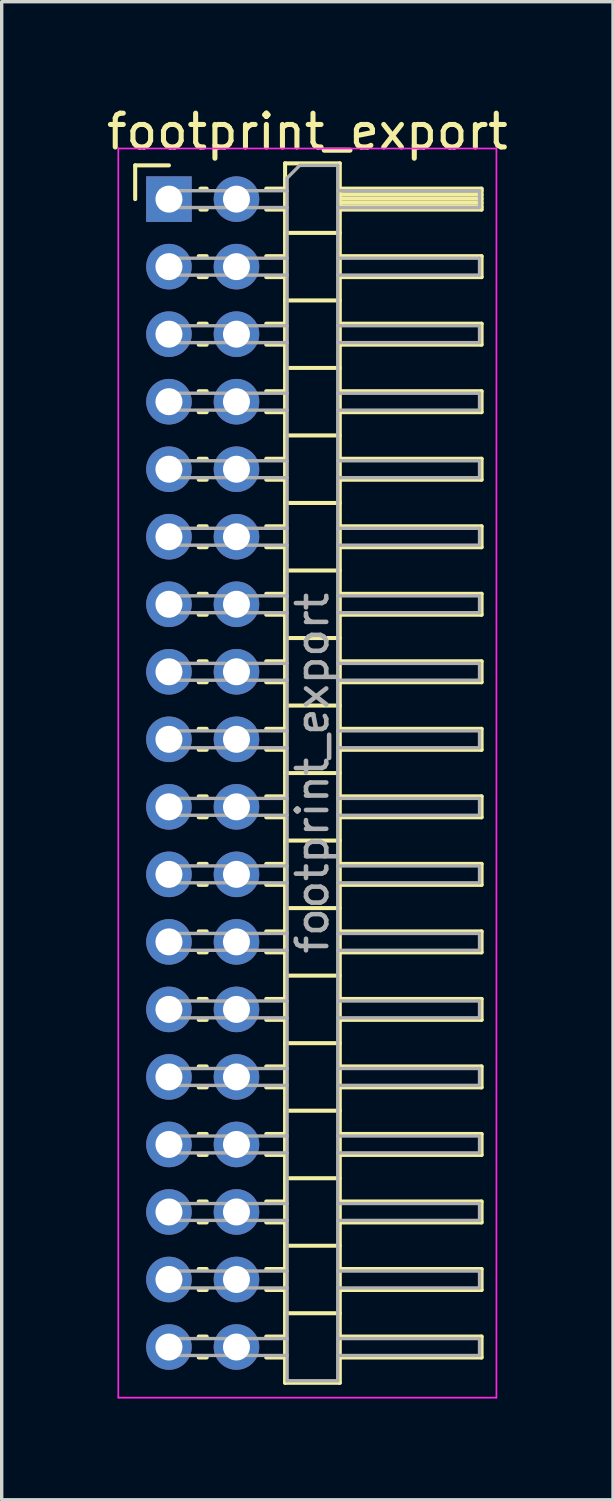
<source format=kicad_pcb>
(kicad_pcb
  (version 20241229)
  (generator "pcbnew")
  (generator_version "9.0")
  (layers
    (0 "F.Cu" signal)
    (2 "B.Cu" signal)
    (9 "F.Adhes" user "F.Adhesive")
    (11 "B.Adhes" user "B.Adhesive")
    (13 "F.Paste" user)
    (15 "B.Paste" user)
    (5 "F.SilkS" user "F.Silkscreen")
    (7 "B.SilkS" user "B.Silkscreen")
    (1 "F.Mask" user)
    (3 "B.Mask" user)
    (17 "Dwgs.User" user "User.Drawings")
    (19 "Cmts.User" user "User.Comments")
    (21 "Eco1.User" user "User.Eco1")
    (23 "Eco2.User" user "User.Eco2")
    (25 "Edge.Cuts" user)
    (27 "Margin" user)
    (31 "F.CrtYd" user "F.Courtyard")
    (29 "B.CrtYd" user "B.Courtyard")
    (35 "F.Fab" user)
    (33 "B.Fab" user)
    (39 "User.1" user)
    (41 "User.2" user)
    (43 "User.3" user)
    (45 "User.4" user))
  (footprint "footprint_export"
    (layer "F.Cu")
    (at 1.954 2.848)
    (property "Reference" "footprint_export" (at 4.1 -2 0) (layer "F.SilkS") (effects (font (size 1 1) (thickness 0.15))))
    (attr through_hole)
    (fp_line (start -1 -1) (end 0 -1) (stroke (width 0.12) (type solid)) (layer "F.SilkS"))
    (fp_line (start -1 0) (end -1 -1) (stroke (width 0.12) (type solid)) (layer "F.SilkS"))
    (fp_line (start 0.882 1.69) (end 1.118 1.69) (stroke (width 0.12) (type solid)) (layer "F.SilkS"))
    (fp_line (start 0.882 2.31) (end 1.118 2.31) (stroke (width 0.12) (type solid)) (layer "F.SilkS"))
    (fp_line (start 0.882 3.69) (end 1.118 3.69) (stroke (width 0.12) (type solid)) (layer "F.SilkS"))
    (fp_line (start 0.882 4.31) (end 1.118 4.31) (stroke (width 0.12) (type solid)) (layer "F.SilkS"))
    (fp_line (start 0.882 5.69) (end 1.118 5.69) (stroke (width 0.12) (type solid)) (layer "F.SilkS"))
    (fp_line (start 0.882 6.31) (end 1.118 6.31) (stroke (width 0.12) (type solid)) (layer "F.SilkS"))
    (fp_line (start 0.882 7.69) (end 1.118 7.69) (stroke (width 0.12) (type solid)) (layer "F.SilkS"))
    (fp_line (start 0.882 8.31) (end 1.118 8.31) (stroke (width 0.12) (type solid)) (layer "F.SilkS"))
    (fp_line (start 0.882 9.69) (end 1.118 9.69) (stroke (width 0.12) (type solid)) (layer "F.SilkS"))
    (fp_line (start 0.882 10.31) (end 1.118 10.31) (stroke (width 0.12) (type solid)) (layer "F.SilkS"))
    (fp_line (start 0.882 11.69) (end 1.118 11.69) (stroke (width 0.12) (type solid)) (layer "F.SilkS"))
    (fp_line (start 0.882 12.31) (end 1.118 12.31) (stroke (width 0.12) (type solid)) (layer "F.SilkS"))
    (fp_line (start 0.882 13.69) (end 1.118 13.69) (stroke (width 0.12) (type solid)) (layer "F.SilkS"))
    (fp_line (start 0.882 14.31) (end 1.118 14.31) (stroke (width 0.12) (type solid)) (layer "F.SilkS"))
    (fp_line (start 0.882 15.69) (end 1.118 15.69) (stroke (width 0.12) (type solid)) (layer "F.SilkS"))
    (fp_line (start 0.882 16.31) (end 1.118 16.31) (stroke (width 0.12) (type solid)) (layer "F.SilkS"))
    (fp_line (start 0.882 17.69) (end 1.118 17.69) (stroke (width 0.12) (type solid)) (layer "F.SilkS"))
    (fp_line (start 0.882 18.31) (end 1.118 18.31) (stroke (width 0.12) (type solid)) (layer "F.SilkS"))
    (fp_line (start 0.882 19.69) (end 1.118 19.69) (stroke (width 0.12) (type solid)) (layer "F.SilkS"))
    (fp_line (start 0.882 20.31) (end 1.118 20.31) (stroke (width 0.12) (type solid)) (layer "F.SilkS"))
    (fp_line (start 0.882 21.69) (end 1.118 21.69) (stroke (width 0.12) (type solid)) (layer "F.SilkS"))
    (fp_line (start 0.882 22.31) (end 1.118 22.31) (stroke (width 0.12) (type solid)) (layer "F.SilkS"))
    (fp_line (start 0.882 23.69) (end 1.118 23.69) (stroke (width 0.12) (type solid)) (layer "F.SilkS"))
    (fp_line (start 0.882 24.31) (end 1.118 24.31) (stroke (width 0.12) (type solid)) (layer "F.SilkS"))
    (fp_line (start 0.882 25.69) (end 1.118 25.69) (stroke (width 0.12) (type solid)) (layer "F.SilkS"))
    (fp_line (start 0.882 26.31) (end 1.118 26.31) (stroke (width 0.12) (type solid)) (layer "F.SilkS"))
    (fp_line (start 0.882 27.69) (end 1.118 27.69) (stroke (width 0.12) (type solid)) (layer "F.SilkS"))
    (fp_line (start 0.882 28.31) (end 1.118 28.31) (stroke (width 0.12) (type solid)) (layer "F.SilkS"))
    (fp_line (start 0.882 29.69) (end 1.118 29.69) (stroke (width 0.12) (type solid)) (layer "F.SilkS"))
    (fp_line (start 0.882 30.31) (end 1.118 30.31) (stroke (width 0.12) (type solid)) (layer "F.SilkS"))
    (fp_line (start 0.882 31.69) (end 1.118 31.69) (stroke (width 0.12) (type solid)) (layer "F.SilkS"))
    (fp_line (start 0.882 32.31) (end 1.118 32.31) (stroke (width 0.12) (type solid)) (layer "F.SilkS"))
    (fp_line (start 0.882 33.69) (end 1.118 33.69) (stroke (width 0.12) (type solid)) (layer "F.SilkS"))
    (fp_line (start 0.882 34.31) (end 1.118 34.31) (stroke (width 0.12) (type solid)) (layer "F.SilkS"))
    (fp_line (start 0.935 -0.31) (end 1.118 -0.31) (stroke (width 0.12) (type solid)) (layer "F.SilkS"))
    (fp_line (start 0.935 0.31) (end 1.118 0.31) (stroke (width 0.12) (type solid)) (layer "F.SilkS"))
    (fp_line (start 2.882 -0.31) (end 3.44 -0.31) (stroke (width 0.12) (type solid)) (layer "F.SilkS"))
    (fp_line (start 2.882 0.31) (end 3.44 0.31) (stroke (width 0.12) (type solid)) (layer "F.SilkS"))
    (fp_line (start 2.882 1.69) (end 3.44 1.69) (stroke (width 0.12) (type solid)) (layer "F.SilkS"))
    (fp_line (start 2.882 2.31) (end 3.44 2.31) (stroke (width 0.12) (type solid)) (layer "F.SilkS"))
    (fp_line (start 2.882 3.69) (end 3.44 3.69) (stroke (width 0.12) (type solid)) (layer "F.SilkS"))
    (fp_line (start 2.882 4.31) (end 3.44 4.31) (stroke (width 0.12) (type solid)) (layer "F.SilkS"))
    (fp_line (start 2.882 5.69) (end 3.44 5.69) (stroke (width 0.12) (type solid)) (layer "F.SilkS"))
    (fp_line (start 2.882 6.31) (end 3.44 6.31) (stroke (width 0.12) (type solid)) (layer "F.SilkS"))
    (fp_line (start 2.882 7.69) (end 3.44 7.69) (stroke (width 0.12) (type solid)) (layer "F.SilkS"))
    (fp_line (start 2.882 8.31) (end 3.44 8.31) (stroke (width 0.12) (type solid)) (layer "F.SilkS"))
    (fp_line (start 2.882 9.69) (end 3.44 9.69) (stroke (width 0.12) (type solid)) (layer "F.SilkS"))
    (fp_line (start 2.882 10.31) (end 3.44 10.31) (stroke (width 0.12) (type solid)) (layer "F.SilkS"))
    (fp_line (start 2.882 11.69) (end 3.44 11.69) (stroke (width 0.12) (type solid)) (layer "F.SilkS"))
    (fp_line (start 2.882 12.31) (end 3.44 12.31) (stroke (width 0.12) (type solid)) (layer "F.SilkS"))
    (fp_line (start 2.882 13.69) (end 3.44 13.69) (stroke (width 0.12) (type solid)) (layer "F.SilkS"))
    (fp_line (start 2.882 14.31) (end 3.44 14.31) (stroke (width 0.12) (type solid)) (layer "F.SilkS"))
    (fp_line (start 2.882 15.69) (end 3.44 15.69) (stroke (width 0.12) (type solid)) (layer "F.SilkS"))
    (fp_line (start 2.882 16.31) (end 3.44 16.31) (stroke (width 0.12) (type solid)) (layer "F.SilkS"))
    (fp_line (start 2.882 17.69) (end 3.44 17.69) (stroke (width 0.12) (type solid)) (layer "F.SilkS"))
    (fp_line (start 2.882 18.31) (end 3.44 18.31) (stroke (width 0.12) (type solid)) (layer "F.SilkS"))
    (fp_line (start 2.882 19.69) (end 3.44 19.69) (stroke (width 0.12) (type solid)) (layer "F.SilkS"))
    (fp_line (start 2.882 20.31) (end 3.44 20.31) (stroke (width 0.12) (type solid)) (layer "F.SilkS"))
    (fp_line (start 2.882 21.69) (end 3.44 21.69) (stroke (width 0.12) (type solid)) (layer "F.SilkS"))
    (fp_line (start 2.882 22.31) (end 3.44 22.31) (stroke (width 0.12) (type solid)) (layer "F.SilkS"))
    (fp_line (start 2.882 23.69) (end 3.44 23.69) (stroke (width 0.12) (type solid)) (layer "F.SilkS"))
    (fp_line (start 2.882 24.31) (end 3.44 24.31) (stroke (width 0.12) (type solid)) (layer "F.SilkS"))
    (fp_line (start 2.882 25.69) (end 3.44 25.69) (stroke (width 0.12) (type solid)) (layer "F.SilkS"))
    (fp_line (start 2.882 26.31) (end 3.44 26.31) (stroke (width 0.12) (type solid)) (layer "F.SilkS"))
    (fp_line (start 2.882 27.69) (end 3.44 27.69) (stroke (width 0.12) (type solid)) (layer "F.SilkS"))
    (fp_line (start 2.882 28.31) (end 3.44 28.31) (stroke (width 0.12) (type solid)) (layer "F.SilkS"))
    (fp_line (start 2.882 29.69) (end 3.44 29.69) (stroke (width 0.12) (type solid)) (layer "F.SilkS"))
    (fp_line (start 2.882 30.31) (end 3.44 30.31) (stroke (width 0.12) (type solid)) (layer "F.SilkS"))
    (fp_line (start 2.882 31.69) (end 3.44 31.69) (stroke (width 0.12) (type solid)) (layer "F.SilkS"))
    (fp_line (start 2.882 32.31) (end 3.44 32.31) (stroke (width 0.12) (type solid)) (layer "F.SilkS"))
    (fp_line (start 2.882 33.69) (end 3.44 33.69) (stroke (width 0.12) (type solid)) (layer "F.SilkS"))
    (fp_line (start 2.882 34.31) (end 3.44 34.31) (stroke (width 0.12) (type solid)) (layer "F.SilkS"))
    (fp_line (start 3.44 -1.06) (end 3.44 35.06) (stroke (width 0.12) (type solid)) (layer "F.SilkS"))
    (fp_line (start 3.44 1) (end 5.06 1) (stroke (width 0.12) (type solid)) (layer "F.SilkS"))
    (fp_line (start 3.44 3) (end 5.06 3) (stroke (width 0.12) (type solid)) (layer "F.SilkS"))
    (fp_line (start 3.44 5) (end 5.06 5) (stroke (width 0.12) (type solid)) (layer "F.SilkS"))
    (fp_line (start 3.44 7) (end 5.06 7) (stroke (width 0.12) (type solid)) (layer "F.SilkS"))
    (fp_line (start 3.44 9) (end 5.06 9) (stroke (width 0.12) (type solid)) (layer "F.SilkS"))
    (fp_line (start 3.44 11) (end 5.06 11) (stroke (width 0.12) (type solid)) (layer "F.SilkS"))
    (fp_line (start 3.44 13) (end 5.06 13) (stroke (width 0.12) (type solid)) (layer "F.SilkS"))
    (fp_line (start 3.44 15) (end 5.06 15) (stroke (width 0.12) (type solid)) (layer "F.SilkS"))
    (fp_line (start 3.44 17) (end 5.06 17) (stroke (width 0.12) (type solid)) (layer "F.SilkS"))
    (fp_line (start 3.44 19) (end 5.06 19) (stroke (width 0.12) (type solid)) (layer "F.SilkS"))
    (fp_line (start 3.44 21) (end 5.06 21) (stroke (width 0.12) (type solid)) (layer "F.SilkS"))
    (fp_line (start 3.44 23) (end 5.06 23) (stroke (width 0.12) (type solid)) (layer "F.SilkS"))
    (fp_line (start 3.44 25) (end 5.06 25) (stroke (width 0.12) (type solid)) (layer "F.SilkS"))
    (fp_line (start 3.44 27) (end 5.06 27) (stroke (width 0.12) (type solid)) (layer "F.SilkS"))
    (fp_line (start 3.44 29) (end 5.06 29) (stroke (width 0.12) (type solid)) (layer "F.SilkS"))
    (fp_line (start 3.44 31) (end 5.06 31) (stroke (width 0.12) (type solid)) (layer "F.SilkS"))
    (fp_line (start 3.44 33) (end 5.06 33) (stroke (width 0.12) (type solid)) (layer "F.SilkS"))
    (fp_line (start 3.44 35.06) (end 5.06 35.06) (stroke (width 0.12) (type solid)) (layer "F.SilkS"))
    (fp_line (start 5.06 -1.06) (end 3.44 -1.06) (stroke (width 0.12) (type solid)) (layer "F.SilkS"))
    (fp_line (start 5.06 -0.31) (end 9.26 -0.31) (stroke (width 0.12) (type solid)) (layer "F.SilkS"))
    (fp_line (start 5.06 -0.25) (end 9.26 -0.25) (stroke (width 0.12) (type solid)) (layer "F.SilkS"))
    (fp_line (start 5.06 -0.13) (end 9.26 -0.13) (stroke (width 0.12) (type solid)) (layer "F.SilkS"))
    (fp_line (start 5.06 -0.01) (end 9.26 -0.01) (stroke (width 0.12) (type solid)) (layer "F.SilkS"))
    (fp_line (start 5.06 0.11) (end 9.26 0.11) (stroke (width 0.12) (type solid)) (layer "F.SilkS"))
    (fp_line (start 5.06 0.23) (end 9.26 0.23) (stroke (width 0.12) (type solid)) (layer "F.SilkS"))
    (fp_line (start 5.06 1.69) (end 9.26 1.69) (stroke (width 0.12) (type solid)) (layer "F.SilkS"))
    (fp_line (start 5.06 3.69) (end 9.26 3.69) (stroke (width 0.12) (type solid)) (layer "F.SilkS"))
    (fp_line (start 5.06 5.69) (end 9.26 5.69) (stroke (width 0.12) (type solid)) (layer "F.SilkS"))
    (fp_line (start 5.06 7.69) (end 9.26 7.69) (stroke (width 0.12) (type solid)) (layer "F.SilkS"))
    (fp_line (start 5.06 9.69) (end 9.26 9.69) (stroke (width 0.12) (type solid)) (layer "F.SilkS"))
    (fp_line (start 5.06 11.69) (end 9.26 11.69) (stroke (width 0.12) (type solid)) (layer "F.SilkS"))
    (fp_line (start 5.06 13.69) (end 9.26 13.69) (stroke (width 0.12) (type solid)) (layer "F.SilkS"))
    (fp_line (start 5.06 15.69) (end 9.26 15.69) (stroke (width 0.12) (type solid)) (layer "F.SilkS"))
    (fp_line (start 5.06 17.69) (end 9.26 17.69) (stroke (width 0.12) (type solid)) (layer "F.SilkS"))
    (fp_line (start 5.06 19.69) (end 9.26 19.69) (stroke (width 0.12) (type solid)) (layer "F.SilkS"))
    (fp_line (start 5.06 21.69) (end 9.26 21.69) (stroke (width 0.12) (type solid)) (layer "F.SilkS"))
    (fp_line (start 5.06 23.69) (end 9.26 23.69) (stroke (width 0.12) (type solid)) (layer "F.SilkS"))
    (fp_line (start 5.06 25.69) (end 9.26 25.69) (stroke (width 0.12) (type solid)) (layer "F.SilkS"))
    (fp_line (start 5.06 27.69) (end 9.26 27.69) (stroke (width 0.12) (type solid)) (layer "F.SilkS"))
    (fp_line (start 5.06 29.69) (end 9.26 29.69) (stroke (width 0.12) (type solid)) (layer "F.SilkS"))
    (fp_line (start 5.06 31.69) (end 9.26 31.69) (stroke (width 0.12) (type solid)) (layer "F.SilkS"))
    (fp_line (start 5.06 33.69) (end 9.26 33.69) (stroke (width 0.12) (type solid)) (layer "F.SilkS"))
    (fp_line (start 5.06 35.06) (end 5.06 -1.06) (stroke (width 0.12) (type solid)) (layer "F.SilkS"))
    (fp_line (start 9.26 -0.31) (end 9.26 0.31) (stroke (width 0.12) (type solid)) (layer "F.SilkS"))
    (fp_line (start 9.26 0.31) (end 5.06 0.31) (stroke (width 0.12) (type solid)) (layer "F.SilkS"))
    (fp_line (start 9.26 1.69) (end 9.26 2.31) (stroke (width 0.12) (type solid)) (layer "F.SilkS"))
    (fp_line (start 9.26 2.31) (end 5.06 2.31) (stroke (width 0.12) (type solid)) (layer "F.SilkS"))
    (fp_line (start 9.26 3.69) (end 9.26 4.31) (stroke (width 0.12) (type solid)) (layer "F.SilkS"))
    (fp_line (start 9.26 4.31) (end 5.06 4.31) (stroke (width 0.12) (type solid)) (layer "F.SilkS"))
    (fp_line (start 9.26 5.69) (end 9.26 6.31) (stroke (width 0.12) (type solid)) (layer "F.SilkS"))
    (fp_line (start 9.26 6.31) (end 5.06 6.31) (stroke (width 0.12) (type solid)) (layer "F.SilkS"))
    (fp_line (start 9.26 7.69) (end 9.26 8.31) (stroke (width 0.12) (type solid)) (layer "F.SilkS"))
    (fp_line (start 9.26 8.31) (end 5.06 8.31) (stroke (width 0.12) (type solid)) (layer "F.SilkS"))
    (fp_line (start 9.26 9.69) (end 9.26 10.31) (stroke (width 0.12) (type solid)) (layer "F.SilkS"))
    (fp_line (start 9.26 10.31) (end 5.06 10.31) (stroke (width 0.12) (type solid)) (layer "F.SilkS"))
    (fp_line (start 9.26 11.69) (end 9.26 12.31) (stroke (width 0.12) (type solid)) (layer "F.SilkS"))
    (fp_line (start 9.26 12.31) (end 5.06 12.31) (stroke (width 0.12) (type solid)) (layer "F.SilkS"))
    (fp_line (start 9.26 13.69) (end 9.26 14.31) (stroke (width 0.12) (type solid)) (layer "F.SilkS"))
    (fp_line (start 9.26 14.31) (end 5.06 14.31) (stroke (width 0.12) (type solid)) (layer "F.SilkS"))
    (fp_line (start 9.26 15.69) (end 9.26 16.31) (stroke (width 0.12) (type solid)) (layer "F.SilkS"))
    (fp_line (start 9.26 16.31) (end 5.06 16.31) (stroke (width 0.12) (type solid)) (layer "F.SilkS"))
    (fp_line (start 9.26 17.69) (end 9.26 18.31) (stroke (width 0.12) (type solid)) (layer "F.SilkS"))
    (fp_line (start 9.26 18.31) (end 5.06 18.31) (stroke (width 0.12) (type solid)) (layer "F.SilkS"))
    (fp_line (start 9.26 19.69) (end 9.26 20.31) (stroke (width 0.12) (type solid)) (layer "F.SilkS"))
    (fp_line (start 9.26 20.31) (end 5.06 20.31) (stroke (width 0.12) (type solid)) (layer "F.SilkS"))
    (fp_line (start 9.26 21.69) (end 9.26 22.31) (stroke (width 0.12) (type solid)) (layer "F.SilkS"))
    (fp_line (start 9.26 22.31) (end 5.06 22.31) (stroke (width 0.12) (type solid)) (layer "F.SilkS"))
    (fp_line (start 9.26 23.69) (end 9.26 24.31) (stroke (width 0.12) (type solid)) (layer "F.SilkS"))
    (fp_line (start 9.26 24.31) (end 5.06 24.31) (stroke (width 0.12) (type solid)) (layer "F.SilkS"))
    (fp_line (start 9.26 25.69) (end 9.26 26.31) (stroke (width 0.12) (type solid)) (layer "F.SilkS"))
    (fp_line (start 9.26 26.31) (end 5.06 26.31) (stroke (width 0.12) (type solid)) (layer "F.SilkS"))
    (fp_line (start 9.26 27.69) (end 9.26 28.31) (stroke (width 0.12) (type solid)) (layer "F.SilkS"))
    (fp_line (start 9.26 28.31) (end 5.06 28.31) (stroke (width 0.12) (type solid)) (layer "F.SilkS"))
    (fp_line (start 9.26 29.69) (end 9.26 30.31) (stroke (width 0.12) (type solid)) (layer "F.SilkS"))
    (fp_line (start 9.26 30.31) (end 5.06 30.31) (stroke (width 0.12) (type solid)) (layer "F.SilkS"))
    (fp_line (start 9.26 31.69) (end 9.26 32.31) (stroke (width 0.12) (type solid)) (layer "F.SilkS"))
    (fp_line (start 9.26 32.31) (end 5.06 32.31) (stroke (width 0.12) (type solid)) (layer "F.SilkS"))
    (fp_line (start 9.26 33.69) (end 9.26 34.31) (stroke (width 0.12) (type solid)) (layer "F.SilkS"))
    (fp_line (start 9.26 34.31) (end 5.06 34.31) (stroke (width 0.12) (type solid)) (layer "F.SilkS"))
    (fp_line (start -1.5 -1.5) (end -1.5 35.5) (stroke (width 0.05) (type solid)) (layer "F.CrtYd"))
    (fp_line (start -1.5 35.5) (end 9.7 35.5) (stroke (width 0.05) (type solid)) (layer "F.CrtYd"))
    (fp_line (start 9.7 -1.5) (end -1.5 -1.5) (stroke (width 0.05) (type solid)) (layer "F.CrtYd"))
    (fp_line (start 9.7 35.5) (end 9.7 -1.5) (stroke (width 0.05) (type solid)) (layer "F.CrtYd"))
    (fp_line (start -0.25 -0.25) (end -0.25 0.25) (stroke (width 0.1) (type solid)) (layer "F.Fab"))
    (fp_line (start -0.25 -0.25) (end 3.5 -0.25) (stroke (width 0.1) (type solid)) (layer "F.Fab"))
    (fp_line (start -0.25 0.25) (end 3.5 0.25) (stroke (width 0.1) (type solid)) (layer "F.Fab"))
    (fp_line (start -0.25 1.75) (end -0.25 2.25) (stroke (width 0.1) (type solid)) (layer "F.Fab"))
    (fp_line (start -0.25 1.75) (end 3.5 1.75) (stroke (width 0.1) (type solid)) (layer "F.Fab"))
    (fp_line (start -0.25 2.25) (end 3.5 2.25) (stroke (width 0.1) (type solid)) (layer "F.Fab"))
    (fp_line (start -0.25 3.75) (end -0.25 4.25) (stroke (width 0.1) (type solid)) (layer "F.Fab"))
    (fp_line (start -0.25 3.75) (end 3.5 3.75) (stroke (width 0.1) (type solid)) (layer "F.Fab"))
    (fp_line (start -0.25 4.25) (end 3.5 4.25) (stroke (width 0.1) (type solid)) (layer "F.Fab"))
    (fp_line (start -0.25 5.75) (end -0.25 6.25) (stroke (width 0.1) (type solid)) (layer "F.Fab"))
    (fp_line (start -0.25 5.75) (end 3.5 5.75) (stroke (width 0.1) (type solid)) (layer "F.Fab"))
    (fp_line (start -0.25 6.25) (end 3.5 6.25) (stroke (width 0.1) (type solid)) (layer "F.Fab"))
    (fp_line (start -0.25 7.75) (end -0.25 8.25) (stroke (width 0.1) (type solid)) (layer "F.Fab"))
    (fp_line (start -0.25 7.75) (end 3.5 7.75) (stroke (width 0.1) (type solid)) (layer "F.Fab"))
    (fp_line (start -0.25 8.25) (end 3.5 8.25) (stroke (width 0.1) (type solid)) (layer "F.Fab"))
    (fp_line (start -0.25 9.75) (end -0.25 10.25) (stroke (width 0.1) (type solid)) (layer "F.Fab"))
    (fp_line (start -0.25 9.75) (end 3.5 9.75) (stroke (width 0.1) (type solid)) (layer "F.Fab"))
    (fp_line (start -0.25 10.25) (end 3.5 10.25) (stroke (width 0.1) (type solid)) (layer "F.Fab"))
    (fp_line (start -0.25 11.75) (end -0.25 12.25) (stroke (width 0.1) (type solid)) (layer "F.Fab"))
    (fp_line (start -0.25 11.75) (end 3.5 11.75) (stroke (width 0.1) (type solid)) (layer "F.Fab"))
    (fp_line (start -0.25 12.25) (end 3.5 12.25) (stroke (width 0.1) (type solid)) (layer "F.Fab"))
    (fp_line (start -0.25 13.75) (end -0.25 14.25) (stroke (width 0.1) (type solid)) (layer "F.Fab"))
    (fp_line (start -0.25 13.75) (end 3.5 13.75) (stroke (width 0.1) (type solid)) (layer "F.Fab"))
    (fp_line (start -0.25 14.25) (end 3.5 14.25) (stroke (width 0.1) (type solid)) (layer "F.Fab"))
    (fp_line (start -0.25 15.75) (end -0.25 16.25) (stroke (width 0.1) (type solid)) (layer "F.Fab"))
    (fp_line (start -0.25 15.75) (end 3.5 15.75) (stroke (width 0.1) (type solid)) (layer "F.Fab"))
    (fp_line (start -0.25 16.25) (end 3.5 16.25) (stroke (width 0.1) (type solid)) (layer "F.Fab"))
    (fp_line (start -0.25 17.75) (end -0.25 18.25) (stroke (width 0.1) (type solid)) (layer "F.Fab"))
    (fp_line (start -0.25 17.75) (end 3.5 17.75) (stroke (width 0.1) (type solid)) (layer "F.Fab"))
    (fp_line (start -0.25 18.25) (end 3.5 18.25) (stroke (width 0.1) (type solid)) (layer "F.Fab"))
    (fp_line (start -0.25 19.75) (end -0.25 20.25) (stroke (width 0.1) (type solid)) (layer "F.Fab"))
    (fp_line (start -0.25 19.75) (end 3.5 19.75) (stroke (width 0.1) (type solid)) (layer "F.Fab"))
    (fp_line (start -0.25 20.25) (end 3.5 20.25) (stroke (width 0.1) (type solid)) (layer "F.Fab"))
    (fp_line (start -0.25 21.75) (end -0.25 22.25) (stroke (width 0.1) (type solid)) (layer "F.Fab"))
    (fp_line (start -0.25 21.75) (end 3.5 21.75) (stroke (width 0.1) (type solid)) (layer "F.Fab"))
    (fp_line (start -0.25 22.25) (end 3.5 22.25) (stroke (width 0.1) (type solid)) (layer "F.Fab"))
    (fp_line (start -0.25 23.75) (end -0.25 24.25) (stroke (width 0.1) (type solid)) (layer "F.Fab"))
    (fp_line (start -0.25 23.75) (end 3.5 23.75) (stroke (width 0.1) (type solid)) (layer "F.Fab"))
    (fp_line (start -0.25 24.25) (end 3.5 24.25) (stroke (width 0.1) (type solid)) (layer "F.Fab"))
    (fp_line (start -0.25 25.75) (end -0.25 26.25) (stroke (width 0.1) (type solid)) (layer "F.Fab"))
    (fp_line (start -0.25 25.75) (end 3.5 25.75) (stroke (width 0.1) (type solid)) (layer "F.Fab"))
    (fp_line (start -0.25 26.25) (end 3.5 26.25) (stroke (width 0.1) (type solid)) (layer "F.Fab"))
    (fp_line (start -0.25 27.75) (end -0.25 28.25) (stroke (width 0.1) (type solid)) (layer "F.Fab"))
    (fp_line (start -0.25 27.75) (end 3.5 27.75) (stroke (width 0.1) (type solid)) (layer "F.Fab"))
    (fp_line (start -0.25 28.25) (end 3.5 28.25) (stroke (width 0.1) (type solid)) (layer "F.Fab"))
    (fp_line (start -0.25 29.75) (end -0.25 30.25) (stroke (width 0.1) (type solid)) (layer "F.Fab"))
    (fp_line (start -0.25 29.75) (end 3.5 29.75) (stroke (width 0.1) (type solid)) (layer "F.Fab"))
    (fp_line (start -0.25 30.25) (end 3.5 30.25) (stroke (width 0.1) (type solid)) (layer "F.Fab"))
    (fp_line (start -0.25 31.75) (end -0.25 32.25) (stroke (width 0.1) (type solid)) (layer "F.Fab"))
    (fp_line (start -0.25 31.75) (end 3.5 31.75) (stroke (width 0.1) (type solid)) (layer "F.Fab"))
    (fp_line (start -0.25 32.25) (end 3.5 32.25) (stroke (width 0.1) (type solid)) (layer "F.Fab"))
    (fp_line (start -0.25 33.75) (end -0.25 34.25) (stroke (width 0.1) (type solid)) (layer "F.Fab"))
    (fp_line (start -0.25 33.75) (end 3.5 33.75) (stroke (width 0.1) (type solid)) (layer "F.Fab"))
    (fp_line (start -0.25 34.25) (end 3.5 34.25) (stroke (width 0.1) (type solid)) (layer "F.Fab"))
    (fp_line (start 3.5 -0.625) (end 3.875 -1) (stroke (width 0.1) (type solid)) (layer "F.Fab"))
    (fp_line (start 3.5 35) (end 3.5 -0.625) (stroke (width 0.1) (type solid)) (layer "F.Fab"))
    (fp_line (start 3.875 -1) (end 5 -1) (stroke (width 0.1) (type solid)) (layer "F.Fab"))
    (fp_line (start 5 -1) (end 5 35) (stroke (width 0.1) (type solid)) (layer "F.Fab"))
    (fp_line (start 5 -0.25) (end 9.2 -0.25) (stroke (width 0.1) (type solid)) (layer "F.Fab"))
    (fp_line (start 5 0.25) (end 9.2 0.25) (stroke (width 0.1) (type solid)) (layer "F.Fab"))
    (fp_line (start 5 1.75) (end 9.2 1.75) (stroke (width 0.1) (type solid)) (layer "F.Fab"))
    (fp_line (start 5 2.25) (end 9.2 2.25) (stroke (width 0.1) (type solid)) (layer "F.Fab"))
    (fp_line (start 5 3.75) (end 9.2 3.75) (stroke (width 0.1) (type solid)) (layer "F.Fab"))
    (fp_line (start 5 4.25) (end 9.2 4.25) (stroke (width 0.1) (type solid)) (layer "F.Fab"))
    (fp_line (start 5 5.75) (end 9.2 5.75) (stroke (width 0.1) (type solid)) (layer "F.Fab"))
    (fp_line (start 5 6.25) (end 9.2 6.25) (stroke (width 0.1) (type solid)) (layer "F.Fab"))
    (fp_line (start 5 7.75) (end 9.2 7.75) (stroke (width 0.1) (type solid)) (layer "F.Fab"))
    (fp_line (start 5 8.25) (end 9.2 8.25) (stroke (width 0.1) (type solid)) (layer "F.Fab"))
    (fp_line (start 5 9.75) (end 9.2 9.75) (stroke (width 0.1) (type solid)) (layer "F.Fab"))
    (fp_line (start 5 10.25) (end 9.2 10.25) (stroke (width 0.1) (type solid)) (layer "F.Fab"))
    (fp_line (start 5 11.75) (end 9.2 11.75) (stroke (width 0.1) (type solid)) (layer "F.Fab"))
    (fp_line (start 5 12.25) (end 9.2 12.25) (stroke (width 0.1) (type solid)) (layer "F.Fab"))
    (fp_line (start 5 13.75) (end 9.2 13.75) (stroke (width 0.1) (type solid)) (layer "F.Fab"))
    (fp_line (start 5 14.25) (end 9.2 14.25) (stroke (width 0.1) (type solid)) (layer "F.Fab"))
    (fp_line (start 5 15.75) (end 9.2 15.75) (stroke (width 0.1) (type solid)) (layer "F.Fab"))
    (fp_line (start 5 16.25) (end 9.2 16.25) (stroke (width 0.1) (type solid)) (layer "F.Fab"))
    (fp_line (start 5 17.75) (end 9.2 17.75) (stroke (width 0.1) (type solid)) (layer "F.Fab"))
    (fp_line (start 5 18.25) (end 9.2 18.25) (stroke (width 0.1) (type solid)) (layer "F.Fab"))
    (fp_line (start 5 19.75) (end 9.2 19.75) (stroke (width 0.1) (type solid)) (layer "F.Fab"))
    (fp_line (start 5 20.25) (end 9.2 20.25) (stroke (width 0.1) (type solid)) (layer "F.Fab"))
    (fp_line (start 5 21.75) (end 9.2 21.75) (stroke (width 0.1) (type solid)) (layer "F.Fab"))
    (fp_line (start 5 22.25) (end 9.2 22.25) (stroke (width 0.1) (type solid)) (layer "F.Fab"))
    (fp_line (start 5 23.75) (end 9.2 23.75) (stroke (width 0.1) (type solid)) (layer "F.Fab"))
    (fp_line (start 5 24.25) (end 9.2 24.25) (stroke (width 0.1) (type solid)) (layer "F.Fab"))
    (fp_line (start 5 25.75) (end 9.2 25.75) (stroke (width 0.1) (type solid)) (layer "F.Fab"))
    (fp_line (start 5 26.25) (end 9.2 26.25) (stroke (width 0.1) (type solid)) (layer "F.Fab"))
    (fp_line (start 5 27.75) (end 9.2 27.75) (stroke (width 0.1) (type solid)) (layer "F.Fab"))
    (fp_line (start 5 28.25) (end 9.2 28.25) (stroke (width 0.1) (type solid)) (layer "F.Fab"))
    (fp_line (start 5 29.75) (end 9.2 29.75) (stroke (width 0.1) (type solid)) (layer "F.Fab"))
    (fp_line (start 5 30.25) (end 9.2 30.25) (stroke (width 0.1) (type solid)) (layer "F.Fab"))
    (fp_line (start 5 31.75) (end 9.2 31.75) (stroke (width 0.1) (type solid)) (layer "F.Fab"))
    (fp_line (start 5 32.25) (end 9.2 32.25) (stroke (width 0.1) (type solid)) (layer "F.Fab"))
    (fp_line (start 5 33.75) (end 9.2 33.75) (stroke (width 0.1) (type solid)) (layer "F.Fab"))
    (fp_line (start 5 34.25) (end 9.2 34.25) (stroke (width 0.1) (type solid)) (layer "F.Fab"))
    (fp_line (start 5 35) (end 3.5 35) (stroke (width 0.1) (type solid)) (layer "F.Fab"))
    (fp_line (start 9.2 -0.25) (end 9.2 0.25) (stroke (width 0.1) (type solid)) (layer "F.Fab"))
    (fp_line (start 9.2 1.75) (end 9.2 2.25) (stroke (width 0.1) (type solid)) (layer "F.Fab"))
    (fp_line (start 9.2 3.75) (end 9.2 4.25) (stroke (width 0.1) (type solid)) (layer "F.Fab"))
    (fp_line (start 9.2 5.75) (end 9.2 6.25) (stroke (width 0.1) (type solid)) (layer "F.Fab"))
    (fp_line (start 9.2 7.75) (end 9.2 8.25) (stroke (width 0.1) (type solid)) (layer "F.Fab"))
    (fp_line (start 9.2 9.75) (end 9.2 10.25) (stroke (width 0.1) (type solid)) (layer "F.Fab"))
    (fp_line (start 9.2 11.75) (end 9.2 12.25) (stroke (width 0.1) (type solid)) (layer "F.Fab"))
    (fp_line (start 9.2 13.75) (end 9.2 14.25) (stroke (width 0.1) (type solid)) (layer "F.Fab"))
    (fp_line (start 9.2 15.75) (end 9.2 16.25) (stroke (width 0.1) (type solid)) (layer "F.Fab"))
    (fp_line (start 9.2 17.75) (end 9.2 18.25) (stroke (width 0.1) (type solid)) (layer "F.Fab"))
    (fp_line (start 9.2 19.75) (end 9.2 20.25) (stroke (width 0.1) (type solid)) (layer "F.Fab"))
    (fp_line (start 9.2 21.75) (end 9.2 22.25) (stroke (width 0.1) (type solid)) (layer "F.Fab"))
    (fp_line (start 9.2 23.75) (end 9.2 24.25) (stroke (width 0.1) (type solid)) (layer "F.Fab"))
    (fp_line (start 9.2 25.75) (end 9.2 26.25) (stroke (width 0.1) (type solid)) (layer "F.Fab"))
    (fp_line (start 9.2 27.75) (end 9.2 28.25) (stroke (width 0.1) (type solid)) (layer "F.Fab"))
    (fp_line (start 9.2 29.75) (end 9.2 30.25) (stroke (width 0.1) (type solid)) (layer "F.Fab"))
    (fp_line (start 9.2 31.75) (end 9.2 32.25) (stroke (width 0.1) (type solid)) (layer "F.Fab"))
    (fp_line (start 9.2 33.75) (end 9.2 34.25) (stroke (width 0.1) (type solid)) (layer "F.Fab"))
    (fp_text user "${REFERENCE}" (at 4.25 17 90) (layer "F.Fab") (effects (font (size 0.9 0.9) (thickness 0.135))))
    (pad "1" thru_hole rect (at 0 0) (size 1.35 1.35) (drill 0.8) (layers "*.Cu" "*.Mask"))
    (pad "2" thru_hole oval (at 2 0) (size 1.35 1.35) (drill 0.8) (layers "*.Cu" "*.Mask"))
    (pad "3" thru_hole oval (at 0 2) (size 1.35 1.35) (drill 0.8) (layers "*.Cu" "*.Mask"))
    (pad "4" thru_hole oval (at 2 2) (size 1.35 1.35) (drill 0.8) (layers "*.Cu" "*.Mask"))
    (pad "5" thru_hole oval (at 0 4) (size 1.35 1.35) (drill 0.8) (layers "*.Cu" "*.Mask"))
    (pad "6" thru_hole oval (at 2 4) (size 1.35 1.35) (drill 0.8) (layers "*.Cu" "*.Mask"))
    (pad "7" thru_hole oval (at 0 6) (size 1.35 1.35) (drill 0.8) (layers "*.Cu" "*.Mask"))
    (pad "8" thru_hole oval (at 2 6) (size 1.35 1.35) (drill 0.8) (layers "*.Cu" "*.Mask"))
    (pad "9" thru_hole oval (at 0 8) (size 1.35 1.35) (drill 0.8) (layers "*.Cu" "*.Mask"))
    (pad "10" thru_hole oval (at 2 8) (size 1.35 1.35) (drill 0.8) (layers "*.Cu" "*.Mask"))
    (pad "11" thru_hole oval (at 0 10) (size 1.35 1.35) (drill 0.8) (layers "*.Cu" "*.Mask"))
    (pad "12" thru_hole oval (at 2 10) (size 1.35 1.35) (drill 0.8) (layers "*.Cu" "*.Mask"))
    (pad "13" thru_hole oval (at 0 12) (size 1.35 1.35) (drill 0.8) (layers "*.Cu" "*.Mask"))
    (pad "14" thru_hole oval (at 2 12) (size 1.35 1.35) (drill 0.8) (layers "*.Cu" "*.Mask"))
    (pad "15" thru_hole oval (at 0 14) (size 1.35 1.35) (drill 0.8) (layers "*.Cu" "*.Mask"))
    (pad "16" thru_hole oval (at 2 14) (size 1.35 1.35) (drill 0.8) (layers "*.Cu" "*.Mask"))
    (pad "17" thru_hole oval (at 0 16) (size 1.35 1.35) (drill 0.8) (layers "*.Cu" "*.Mask"))
    (pad "18" thru_hole oval (at 2 16) (size 1.35 1.35) (drill 0.8) (layers "*.Cu" "*.Mask"))
    (pad "19" thru_hole oval (at 0 18) (size 1.35 1.35) (drill 0.8) (layers "*.Cu" "*.Mask"))
    (pad "20" thru_hole oval (at 2 18) (size 1.35 1.35) (drill 0.8) (layers "*.Cu" "*.Mask"))
    (pad "21" thru_hole oval (at 0 20) (size 1.35 1.35) (drill 0.8) (layers "*.Cu" "*.Mask"))
    (pad "22" thru_hole oval (at 2 20) (size 1.35 1.35) (drill 0.8) (layers "*.Cu" "*.Mask"))
    (pad "23" thru_hole oval (at 0 22) (size 1.35 1.35) (drill 0.8) (layers "*.Cu" "*.Mask"))
    (pad "24" thru_hole oval (at 2 22) (size 1.35 1.35) (drill 0.8) (layers "*.Cu" "*.Mask"))
    (pad "25" thru_hole oval (at 0 24) (size 1.35 1.35) (drill 0.8) (layers "*.Cu" "*.Mask"))
    (pad "26" thru_hole oval (at 2 24) (size 1.35 1.35) (drill 0.8) (layers "*.Cu" "*.Mask"))
    (pad "27" thru_hole oval (at 0 26) (size 1.35 1.35) (drill 0.8) (layers "*.Cu" "*.Mask"))
    (pad "28" thru_hole oval (at 2 26) (size 1.35 1.35) (drill 0.8) (layers "*.Cu" "*.Mask"))
    (pad "29" thru_hole oval (at 0 28) (size 1.35 1.35) (drill 0.8) (layers "*.Cu" "*.Mask"))
    (pad "30" thru_hole oval (at 2 28) (size 1.35 1.35) (drill 0.8) (layers "*.Cu" "*.Mask"))
    (pad "31" thru_hole oval (at 0 30) (size 1.35 1.35) (drill 0.8) (layers "*.Cu" "*.Mask"))
    (pad "32" thru_hole oval (at 2 30) (size 1.35 1.35) (drill 0.8) (layers "*.Cu" "*.Mask"))
    (pad "33" thru_hole oval (at 0 32) (size 1.35 1.35) (drill 0.8) (layers "*.Cu" "*.Mask"))
    (pad "34" thru_hole oval (at 2 32) (size 1.35 1.35) (drill 0.8) (layers "*.Cu" "*.Mask"))
    (pad "35" thru_hole oval (at 0 34) (size 1.35 1.35) (drill 0.8) (layers "*.Cu" "*.Mask"))
    (pad "36" thru_hole oval (at 2 34) (size 1.35 1.35) (drill 0.8) (layers "*.Cu" "*.Mask")))
  (gr_rect
    (start -3 -3)
    (end 15.107 41.373)
    (stroke (width 0.1) (type default))
    (fill no)
    (layer "Edge.Cuts")))
</source>
